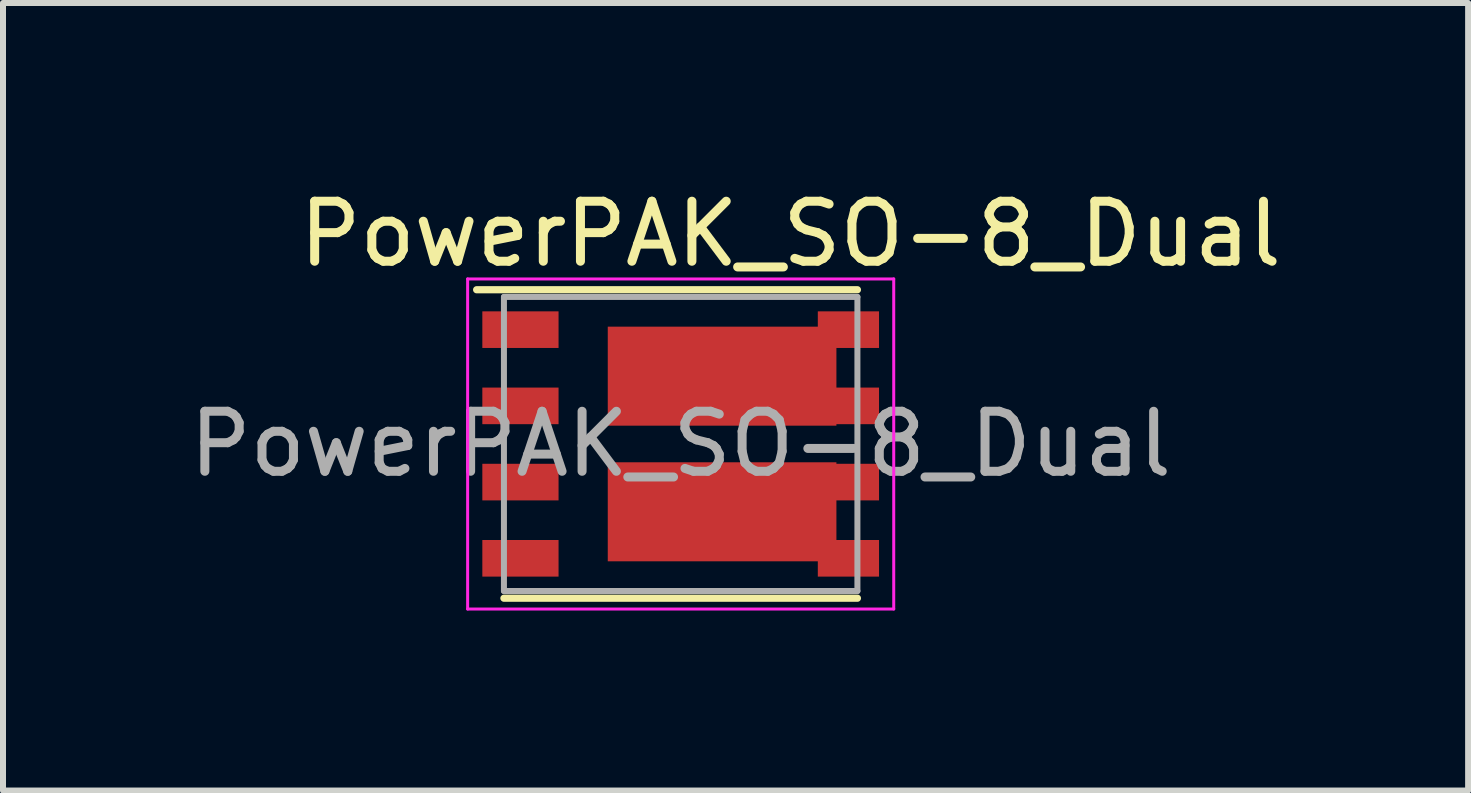
<source format=kicad_pcb>
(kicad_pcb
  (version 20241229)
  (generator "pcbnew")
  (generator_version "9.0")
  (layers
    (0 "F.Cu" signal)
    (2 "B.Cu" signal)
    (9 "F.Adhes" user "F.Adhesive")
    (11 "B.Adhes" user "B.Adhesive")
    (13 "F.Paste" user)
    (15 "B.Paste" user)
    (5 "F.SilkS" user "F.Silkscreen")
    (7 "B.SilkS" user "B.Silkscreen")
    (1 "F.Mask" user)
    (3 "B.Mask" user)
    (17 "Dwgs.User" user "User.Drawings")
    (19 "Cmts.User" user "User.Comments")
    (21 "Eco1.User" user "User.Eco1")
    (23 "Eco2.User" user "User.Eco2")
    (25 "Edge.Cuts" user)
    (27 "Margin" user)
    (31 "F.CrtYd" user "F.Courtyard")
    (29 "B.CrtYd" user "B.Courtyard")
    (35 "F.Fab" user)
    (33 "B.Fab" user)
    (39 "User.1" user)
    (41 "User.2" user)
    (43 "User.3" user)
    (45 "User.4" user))
  (footprint "PowerPAK_SO-8_Dual"
    (layer "F.Cu")
    (at 8.292 4.348)
    (property "Reference" "PowerPAK_SO-8_Dual" (at 1.83 -3.5 0) (layer "F.SilkS") (effects (font (size 1 1) (thickness 0.15))))
    (attr smd)
    (fp_line (start -3.4 -2.57) (end 2.945 -2.57) (stroke (width 0.12) (type solid)) (layer "F.SilkS"))
    (fp_line (start -2.945 2.57) (end 2.945 2.57) (stroke (width 0.12) (type solid)) (layer "F.SilkS"))
    (fp_line (start -3.55 -2.75) (end -3.55 2.75) (stroke (width 0.05) (type solid)) (layer "F.CrtYd"))
    (fp_line (start -3.55 -2.75) (end 3.55 -2.75) (stroke (width 0.05) (type solid)) (layer "F.CrtYd"))
    (fp_line (start -3.55 2.75) (end 3.55 2.75) (stroke (width 0.05) (type solid)) (layer "F.CrtYd"))
    (fp_line (start 3.55 -2.75) (end 3.55 2.75) (stroke (width 0.05) (type solid)) (layer "F.CrtYd"))
    (fp_line (start -2.945 -2.45) (end 2.945 -2.45) (stroke (width 0.1) (type solid)) (layer "F.Fab"))
    (fp_line (start -2.945 2.45) (end -2.945 -2.45) (stroke (width 0.1) (type solid)) (layer "F.Fab"))
    (fp_line (start 2.945 -2.45) (end 2.945 2.45) (stroke (width 0.1) (type solid)) (layer "F.Fab"))
    (fp_line (start 2.945 2.45) (end -2.945 2.45) (stroke (width 0.1) (type solid)) (layer "F.Fab"))
    (fp_text user "${REFERENCE}" (at 0 0 0) (layer "F.Fab") (effects (font (size 1 1) (thickness 0.15))))
    (pad "1" smd rect (at -2.67 -1.905) (size 1.27 0.61) (layers "F.Cu" "F.Mask" "F.Paste"))
    (pad "2" smd rect (at -2.67 -0.635) (size 1.27 0.61) (layers "F.Cu" "F.Mask" "F.Paste"))
    (pad "3" smd rect (at -2.67 0.635) (size 1.27 0.61) (layers "F.Cu" "F.Mask" "F.Paste"))
    (pad "4" smd rect (at -2.67 1.905) (size 1.27 0.61) (layers "F.Cu" "F.Mask" "F.Paste"))
    (pad "5" smd rect (at 2.795 1.905) (size 1.02 0.61) (layers "F.Cu" "F.Mask" "F.Paste"))
    (pad "6" smd rect (at 0.69 1.13) (size 3.81 1.65) (layers "F.Cu" "F.Mask" "F.Paste"))
    (pad "6" smd rect (at 2.795 0.635) (size 1.02 0.61) (layers "F.Cu" "F.Mask" "F.Paste"))
    (pad "7" smd rect (at 2.795 -0.635) (size 1.02 0.61) (layers "F.Cu" "F.Mask" "F.Paste"))
    (pad "8" smd rect (at 0.69 -1.13) (size 3.81 1.65) (layers "F.Cu" "F.Mask" "F.Paste"))
    (pad "8" smd rect (at 2.795 -1.905) (size 1.02 0.61) (layers "F.Cu" "F.Mask" "F.Paste")))
  (gr_rect
    (start -3 -3)
    (end 21.413 10.123)
    (stroke (width 0.1) (type default))
    (fill no)
    (layer "Edge.Cuts")))
</source>
